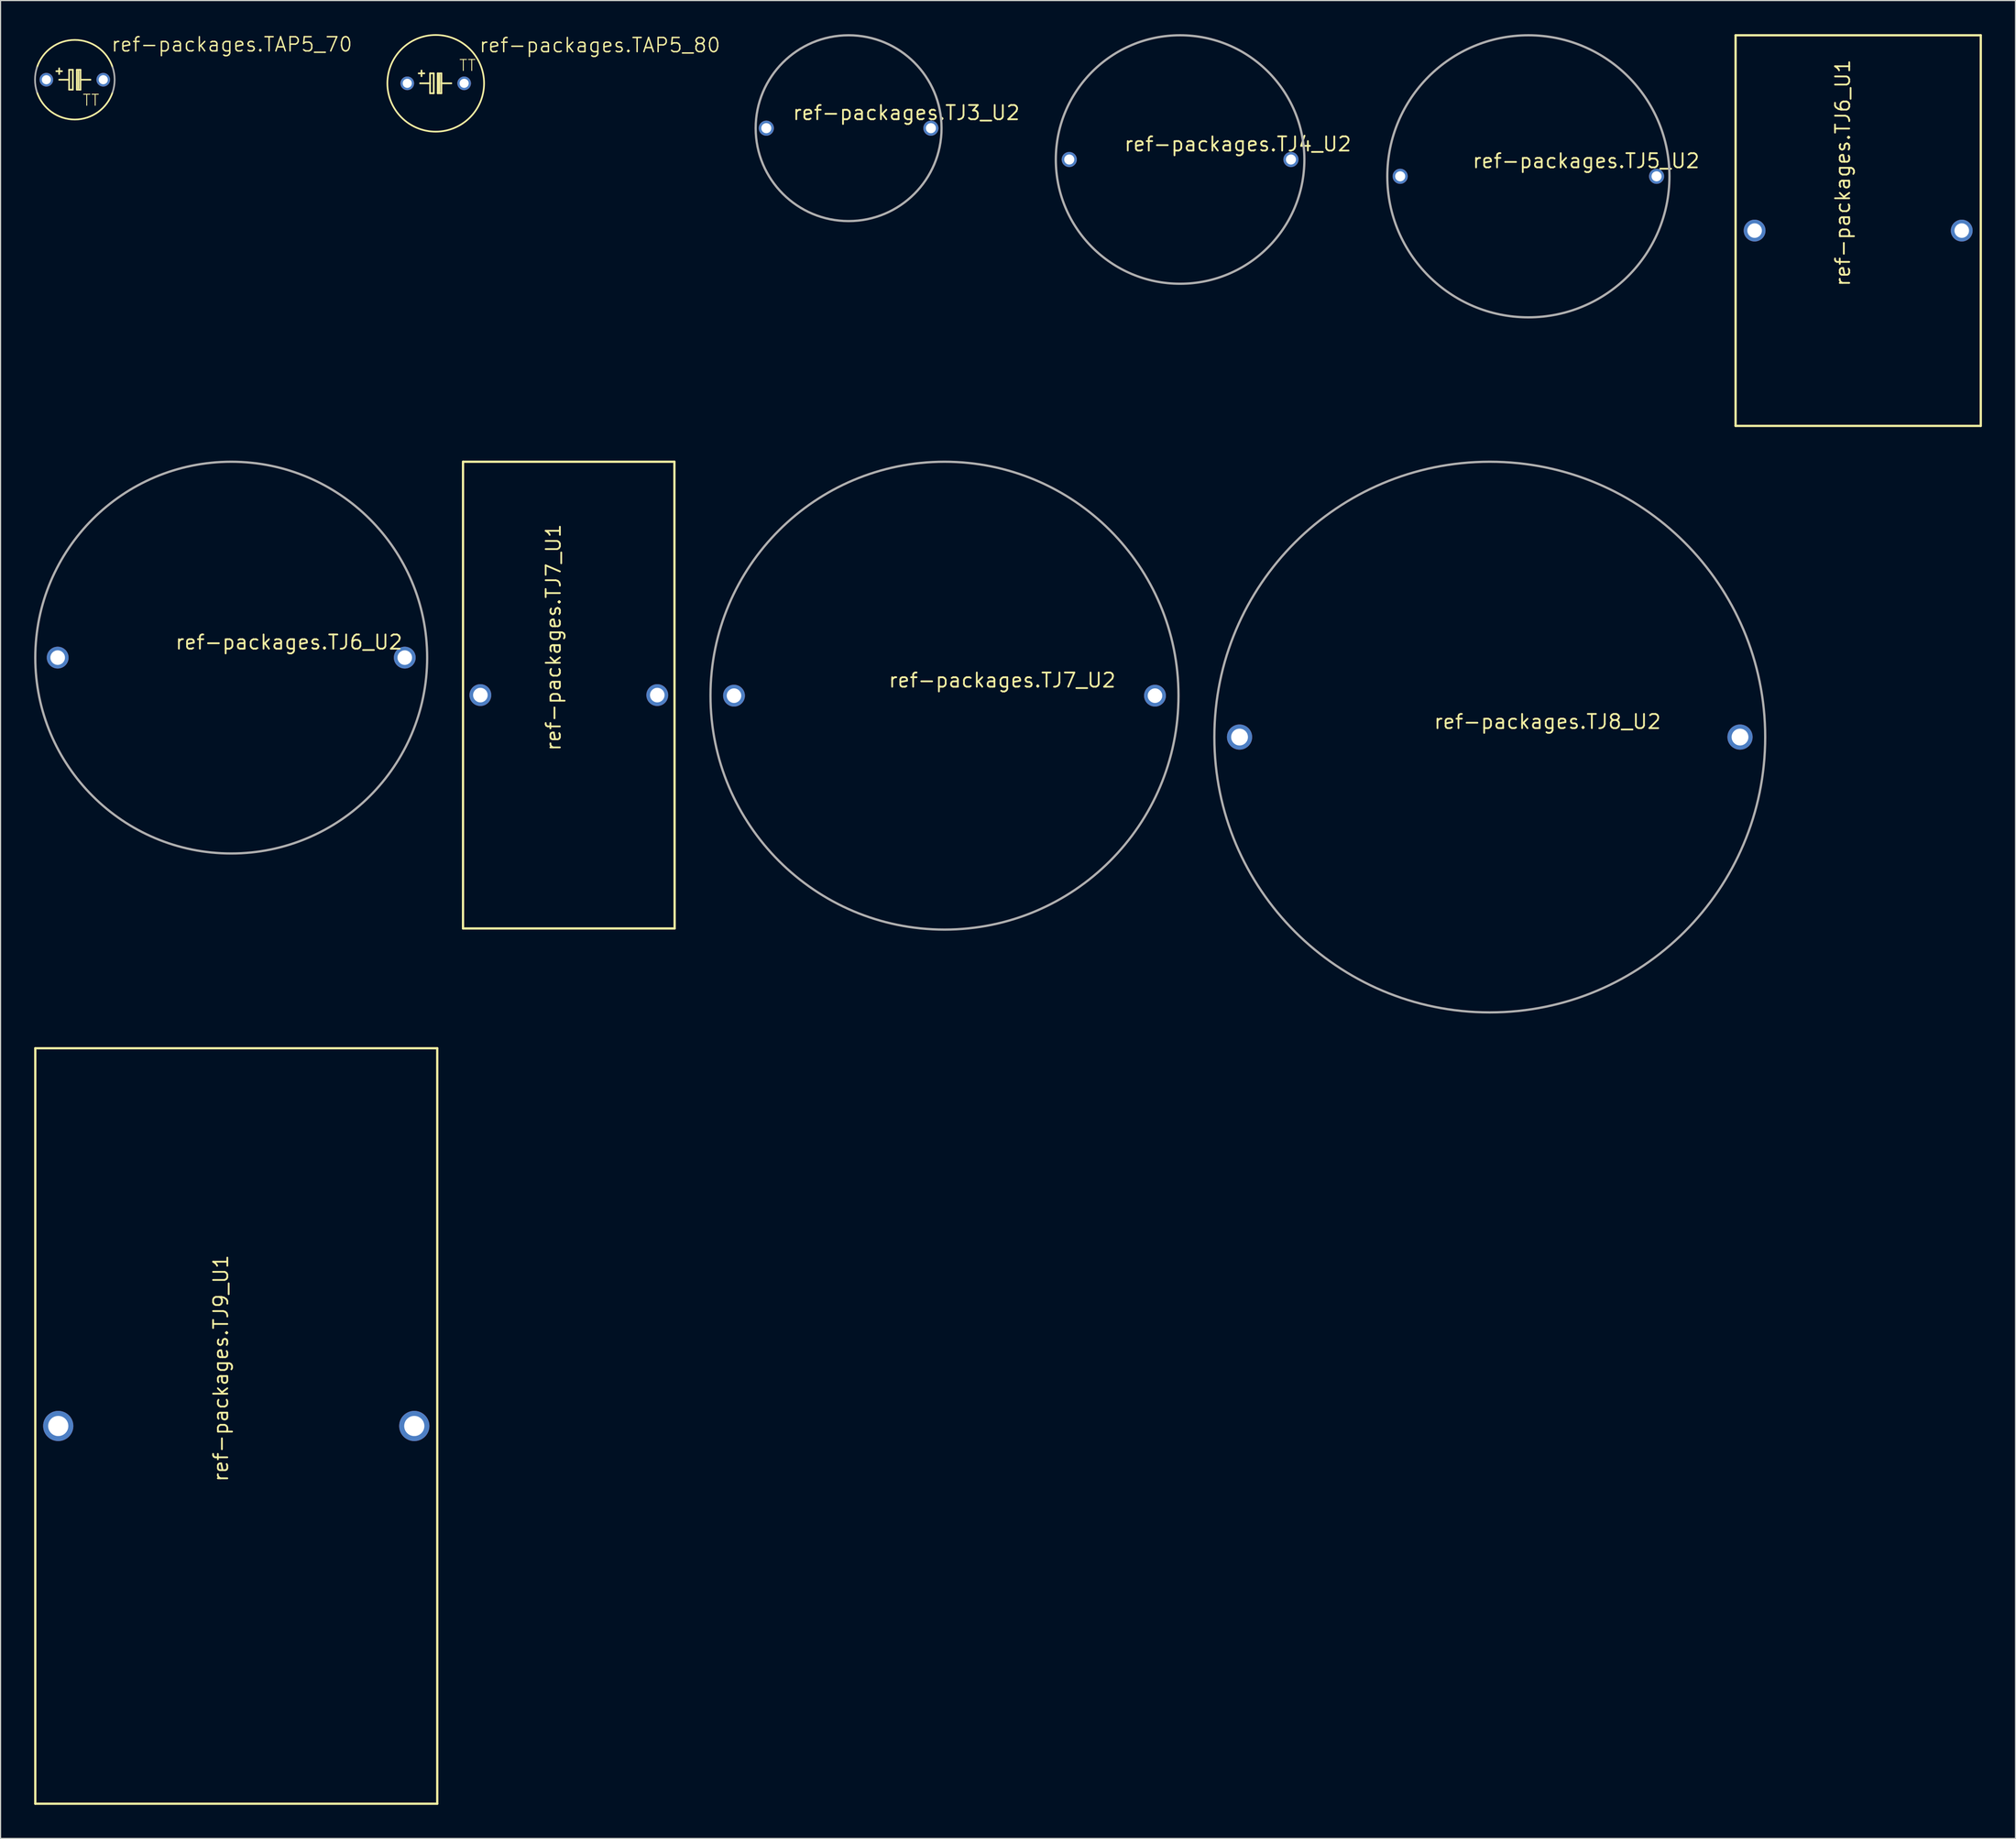
<source format=kicad_pcb>
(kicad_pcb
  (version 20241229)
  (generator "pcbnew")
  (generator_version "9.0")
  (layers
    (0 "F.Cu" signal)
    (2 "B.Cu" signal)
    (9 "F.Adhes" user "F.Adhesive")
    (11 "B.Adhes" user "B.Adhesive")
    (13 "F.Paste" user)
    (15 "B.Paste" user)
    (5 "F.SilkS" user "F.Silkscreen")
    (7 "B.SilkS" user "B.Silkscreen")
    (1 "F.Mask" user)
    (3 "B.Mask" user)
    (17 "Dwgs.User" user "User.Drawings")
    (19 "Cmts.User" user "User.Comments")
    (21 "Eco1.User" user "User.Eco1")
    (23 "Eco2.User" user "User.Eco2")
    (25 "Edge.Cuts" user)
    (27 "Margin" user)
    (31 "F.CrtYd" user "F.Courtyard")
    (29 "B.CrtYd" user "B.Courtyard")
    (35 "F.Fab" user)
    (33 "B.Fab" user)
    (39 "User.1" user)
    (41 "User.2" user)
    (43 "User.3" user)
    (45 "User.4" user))
  (footprint "ref-packages.TAP5_70"
    (layer "F.Cu")
    (at 3.632 4.073)
    (property "Reference" "ref-packages.TAP5_70" (at 3.175 -2.413 0) (layer "F.SilkS") (effects (font (size 1.27 1.27) (thickness 0.13)) (justify left bottom)))
    (attr through_hole)
    (fp_line (start -1.397 -0.508) (end -1.397 -1.016) (stroke (width 0.152) (type default)) (layer "F.SilkS"))
    (fp_line (start -1.397 0) (end -0.508 0) (stroke (width 0.152) (type default)) (layer "F.SilkS"))
    (fp_line (start -1.143 -0.762) (end -1.651 -0.762) (stroke (width 0.152) (type default)) (layer "F.SilkS"))
    (fp_line (start -0.508 -0.889) (end -0.508 0) (stroke (width 0.152) (type default)) (layer "F.SilkS"))
    (fp_line (start -0.508 0) (end -0.508 0.889) (stroke (width 0.152) (type default)) (layer "F.SilkS"))
    (fp_line (start -0.508 0.889) (end -0.178 0.889) (stroke (width 0.152) (type default)) (layer "F.SilkS"))
    (fp_line (start -0.178 -0.889) (end -0.508 -0.889) (stroke (width 0.152) (type default)) (layer "F.SilkS"))
    (fp_line (start -0.178 0.889) (end -0.178 -0.889) (stroke (width 0.152) (type default)) (layer "F.SilkS"))
    (fp_line (start 0.178 -0.889) (end 0.178 0.889) (stroke (width 0.152) (type default)) (layer "F.SilkS"))
    (fp_line (start 0.178 0.889) (end 0.508 0.889) (stroke (width 0.152) (type default)) (layer "F.SilkS"))
    (fp_line (start 0.33 0.762) (end 0.33 -0.762) (stroke (width 0.152) (type default)) (layer "F.SilkS"))
    (fp_line (start 0.508 -0.889) (end 0.178 -0.889) (stroke (width 0.152) (type default)) (layer "F.SilkS"))
    (fp_line (start 0.508 0) (end 0.508 -0.889) (stroke (width 0.152) (type default)) (layer "F.SilkS"))
    (fp_line (start 0.508 0) (end 1.397 0) (stroke (width 0.152) (type default)) (layer "F.SilkS"))
    (fp_line (start 0.508 0.889) (end 0.508 0) (stroke (width 0.152) (type default)) (layer "F.SilkS"))
    (fp_arc (start -3.3749 -1.1199) (mid 0 -3.555858) (end 3.3749 -1.1199) (stroke (width 0.1524) (type default)) (layer "F.SilkS"))
    (fp_arc (start 3.3749 1.1199) (mid 0 3.555858) (end -3.3749 1.1199) (stroke (width 0.1524) (type default)) (layer "F.SilkS"))
    (fp_arc (start -3.3749 1.1199) (mid -3.555858 0) (end -3.3749 -1.1199) (stroke (width 0.1524) (type default)) (layer "F.Fab"))
    (fp_arc (start 3.3749 -1.1199) (mid 3.555858 0) (end 3.3749 1.1199) (stroke (width 0.1524) (type default)) (layer "F.Fab"))
    (fp_text user "TT" (at 0.635 2.413 0) (layer "F.SilkS") (effects (font (size 0.991 0.991) (thickness 0.08)) (justify left bottom)))
    (pad "+" thru_hole circle (at -2.54 0) (size 1.219 1.219) (drill 0.813) (layers "*.Cu" "*.Mask"))
    (pad "-" thru_hole circle (at 2.54 0) (size 1.219 1.219) (drill 0.813) (layers "*.Cu" "*.Mask")))
  (footprint "ref-packages.TJ7_U2"
    (layer "F.Cu")
    (at 81.308 59.105)
    (property "Reference" "ref-packages.TJ7_U2" (at -5.08 -0.635 0) (layer "F.SilkS") (effects (font (size 1.27 1.27) (thickness 0.16)) (justify left bottom)))
    (attr through_hole)
    (fp_circle (center 0 0) (end 20.9 0) (stroke (width 0.203) (type default)) (fill no) (layer "F.Fab"))
    (pad "1" thru_hole circle (at -18.8 0) (size 1.95 1.95) (drill 1.3) (layers "*.Cu" "*.Mask"))
    (pad "2" thru_hole circle (at 18.8 0) (size 1.95 1.95) (drill 1.3) (layers "*.Cu" "*.Mask")))
  (footprint "ref-packages.TJ6_U1"
    (layer "F.Cu")
    (at 162.915 17.552)
    (property "Reference" "ref-packages.TJ6_U1" (at -0.635 5.08 90) (layer "F.SilkS") (effects (font (size 1.27 1.27) (thickness 0.16)) (justify left bottom)))
    (attr through_hole)
    (fp_line (start -10.95 -17.45) (end 10.95 -17.45) (stroke (width 0.203) (type default)) (layer "F.SilkS"))
    (fp_line (start -10.95 17.45) (end -10.95 -17.45) (stroke (width 0.203) (type default)) (layer "F.SilkS"))
    (fp_line (start 10.95 -17.45) (end 10.95 17.45) (stroke (width 0.203) (type default)) (layer "F.SilkS"))
    (fp_line (start 10.95 17.45) (end -10.95 17.45) (stroke (width 0.203) (type default)) (layer "F.SilkS"))
    (pad "1" thru_hole circle (at -9.25 0) (size 1.95 1.95) (drill 1.3) (layers "*.Cu" "*.Mask"))
    (pad "2" thru_hole circle (at 9.25 0) (size 1.95 1.95) (drill 1.3) (layers "*.Cu" "*.Mask")))
  (footprint "ref-packages.TJ9_U1"
    (layer "F.Cu")
    (at 18.052 124.358)
    (property "Reference" "ref-packages.TJ9_U1" (at -0.635 5.08 90) (layer "F.SilkS") (effects (font (size 1.27 1.27) (thickness 0.16)) (justify left bottom)))
    (attr through_hole)
    (fp_line (start -17.95 -33.75) (end 17.95 -33.75) (stroke (width 0.203) (type default)) (layer "F.SilkS"))
    (fp_line (start -17.95 33.75) (end -17.95 -33.75) (stroke (width 0.203) (type default)) (layer "F.SilkS"))
    (fp_line (start 17.95 -33.75) (end 17.95 33.75) (stroke (width 0.203) (type default)) (layer "F.SilkS"))
    (fp_line (start 17.95 33.75) (end -17.95 33.75) (stroke (width 0.203) (type default)) (layer "F.SilkS"))
    (pad "1" thru_hole circle (at -15.9 0) (size 2.7 2.7) (drill 1.8) (layers "*.Cu" "*.Mask"))
    (pad "2" thru_hole circle (at 15.9 0) (size 2.7 2.7) (drill 1.8) (layers "*.Cu" "*.Mask")))
  (footprint "ref-packages.TJ5_U2"
    (layer "F.Cu")
    (at 133.458 12.702)
    (property "Reference" "ref-packages.TJ5_U2" (at -5.08 -0.635 0) (layer "F.SilkS") (effects (font (size 1.27 1.27) (thickness 0.16)) (justify left bottom)))
    (attr through_hole)
    (fp_circle (center 0 0) (end 12.6 0) (stroke (width 0.203) (type default)) (fill no) (layer "F.Fab"))
    (pad "1" thru_hole circle (at -11.45 0) (size 1.35 1.35) (drill 0.9) (layers "*.Cu" "*.Mask"))
    (pad "2" thru_hole circle (at 11.45 0) (size 1.35 1.35) (drill 0.9) (layers "*.Cu" "*.Mask")))
  (footprint "ref-packages.TJ4_U2"
    (layer "F.Cu")
    (at 102.351 11.202)
    (property "Reference" "ref-packages.TJ4_U2" (at -5.08 -0.635 0) (layer "F.SilkS") (effects (font (size 1.27 1.27) (thickness 0.16)) (justify left bottom)))
    (attr through_hole)
    (fp_circle (center 0 0) (end 11.1 0) (stroke (width 0.203) (type default)) (fill no) (layer "F.Fab"))
    (pad "1" thru_hole circle (at -9.9 0) (size 1.35 1.35) (drill 0.9) (layers "*.Cu" "*.Mask"))
    (pad "2" thru_hole circle (at 9.9 0) (size 1.35 1.35) (drill 0.9) (layers "*.Cu" "*.Mask")))
  (footprint "ref-packages.TJ7_U1"
    (layer "F.Cu")
    (at 47.755 59.055)
    (property "Reference" "ref-packages.TJ7_U1" (at -0.635 5.08 90) (layer "F.SilkS") (effects (font (size 1.27 1.27) (thickness 0.16)) (justify left bottom)))
    (attr through_hole)
    (fp_line (start -9.45 -20.85) (end 9.43 -20.85) (stroke (width 0.203) (type default)) (layer "F.SilkS"))
    (fp_line (start -9.45 20.85) (end -9.45 -20.85) (stroke (width 0.203) (type default)) (layer "F.SilkS"))
    (fp_line (start 9.43 -20.85) (end 9.45 20.85) (stroke (width 0.203) (type default)) (layer "F.SilkS"))
    (fp_line (start 9.45 20.85) (end -9.45 20.85) (stroke (width 0.203) (type default)) (layer "F.SilkS"))
    (pad "1" thru_hole circle (at -7.9 0) (size 1.95 1.95) (drill 1.3) (layers "*.Cu" "*.Mask"))
    (pad "2" thru_hole circle (at 7.9 0) (size 1.95 1.95) (drill 1.3) (layers "*.Cu" "*.Mask")))
  (footprint "ref-packages.TAP5_80"
    (layer "F.Cu")
    (at 35.867 4.394)
    (property "Reference" "ref-packages.TAP5_80" (at 3.81 -2.667 0) (layer "F.SilkS") (effects (font (size 1.27 1.27) (thickness 0.13)) (justify left bottom)))
    (attr through_hole)
    (fp_line (start -1.397 0) (end -0.508 0) (stroke (width 0.152) (type default)) (layer "F.SilkS"))
    (fp_line (start -1.27 -0.635) (end -1.27 -1.143) (stroke (width 0.152) (type default)) (layer "F.SilkS"))
    (fp_line (start -1.016 -0.889) (end -1.524 -0.889) (stroke (width 0.152) (type default)) (layer "F.SilkS"))
    (fp_line (start -0.508 -0.889) (end -0.508 0) (stroke (width 0.152) (type default)) (layer "F.SilkS"))
    (fp_line (start -0.508 0) (end -0.508 0.889) (stroke (width 0.152) (type default)) (layer "F.SilkS"))
    (fp_line (start -0.508 0.889) (end -0.178 0.889) (stroke (width 0.152) (type default)) (layer "F.SilkS"))
    (fp_line (start -0.178 -0.889) (end -0.508 -0.889) (stroke (width 0.152) (type default)) (layer "F.SilkS"))
    (fp_line (start -0.178 0.889) (end -0.178 -0.889) (stroke (width 0.152) (type default)) (layer "F.SilkS"))
    (fp_line (start 0.178 -0.889) (end 0.178 0.889) (stroke (width 0.152) (type default)) (layer "F.SilkS"))
    (fp_line (start 0.178 0.889) (end 0.508 0.889) (stroke (width 0.152) (type default)) (layer "F.SilkS"))
    (fp_line (start 0.33 0.762) (end 0.33 -0.762) (stroke (width 0.152) (type default)) (layer "F.SilkS"))
    (fp_line (start 0.508 -0.889) (end 0.178 -0.889) (stroke (width 0.152) (type default)) (layer "F.SilkS"))
    (fp_line (start 0.508 0) (end 0.508 -0.889) (stroke (width 0.152) (type default)) (layer "F.SilkS"))
    (fp_line (start 0.508 0) (end 1.397 0) (stroke (width 0.152) (type default)) (layer "F.SilkS"))
    (fp_line (start 0.508 0.889) (end 0.508 0) (stroke (width 0.152) (type default)) (layer "F.SilkS"))
    (fp_circle (center 0 0) (end 4.318 0) (stroke (width 0.152) (type default)) (fill no) (layer "F.SilkS"))
    (fp_text user "TT" (at 2.032 -1.016 0) (layer "F.SilkS") (effects (font (size 0.991 0.991) (thickness 0.08)) (justify left bottom)))
    (pad "+" thru_hole circle (at -2.54 0) (size 1.219 1.219) (drill 0.813) (layers "*.Cu" "*.Mask"))
    (pad "-" thru_hole circle (at 2.54 0) (size 1.219 1.219) (drill 0.813) (layers "*.Cu" "*.Mask")))
  (footprint "ref-packages.TJ3_U2"
    (layer "F.Cu")
    (at 72.744 8.402)
    (property "Reference" "ref-packages.TJ3_U2" (at -5.08 -0.635 0) (layer "F.SilkS") (effects (font (size 1.27 1.27) (thickness 0.16)) (justify left bottom)))
    (attr through_hole)
    (fp_circle (center 0 0) (end 8.3 0) (stroke (width 0.203) (type default)) (fill no) (layer "F.Fab"))
    (pad "1" thru_hole circle (at -7.35 0) (size 1.35 1.35) (drill 0.9) (layers "*.Cu" "*.Mask"))
    (pad "2" thru_hole circle (at 7.35 0) (size 1.35 1.35) (drill 0.9) (layers "*.Cu" "*.Mask")))
  (footprint "ref-packages.TJ6_U2"
    (layer "F.Cu")
    (at 17.602 55.705)
    (property "Reference" "ref-packages.TJ6_U2" (at -5.08 -0.635 0) (layer "F.SilkS") (effects (font (size 1.27 1.27) (thickness 0.16)) (justify left bottom)))
    (attr through_hole)
    (fp_circle (center 0 0) (end 17.5 0) (stroke (width 0.203) (type default)) (fill no) (layer "F.Fab"))
    (pad "1" thru_hole circle (at -15.5 0) (size 1.95 1.95) (drill 1.3) (layers "*.Cu" "*.Mask"))
    (pad "2" thru_hole circle (at 15.5 0) (size 1.95 1.95) (drill 1.3) (layers "*.Cu" "*.Mask")))
  (footprint "ref-packages.TJ8_U2"
    (layer "F.Cu")
    (at 130.011 62.805)
    (property "Reference" "ref-packages.TJ8_U2" (at -5.08 -0.635 0) (layer "F.SilkS") (effects (font (size 1.27 1.27) (thickness 0.16)) (justify left bottom)))
    (attr through_hole)
    (fp_circle (center 0 0) (end 24.6 0) (stroke (width 0.203) (type default)) (fill no) (layer "F.Fab"))
    (pad "1" thru_hole circle (at -22.35 0) (size 2.25 2.25) (drill 1.5) (layers "*.Cu" "*.Mask"))
    (pad "2" thru_hole circle (at 22.35 0) (size 2.25 2.25) (drill 1.5) (layers "*.Cu" "*.Mask")))
  (gr_rect
    (start -3 -3)
    (end 176.967 161.21)
    (stroke (width 0.1) (type default))
    (fill no)
    (layer "Edge.Cuts")))
</source>
